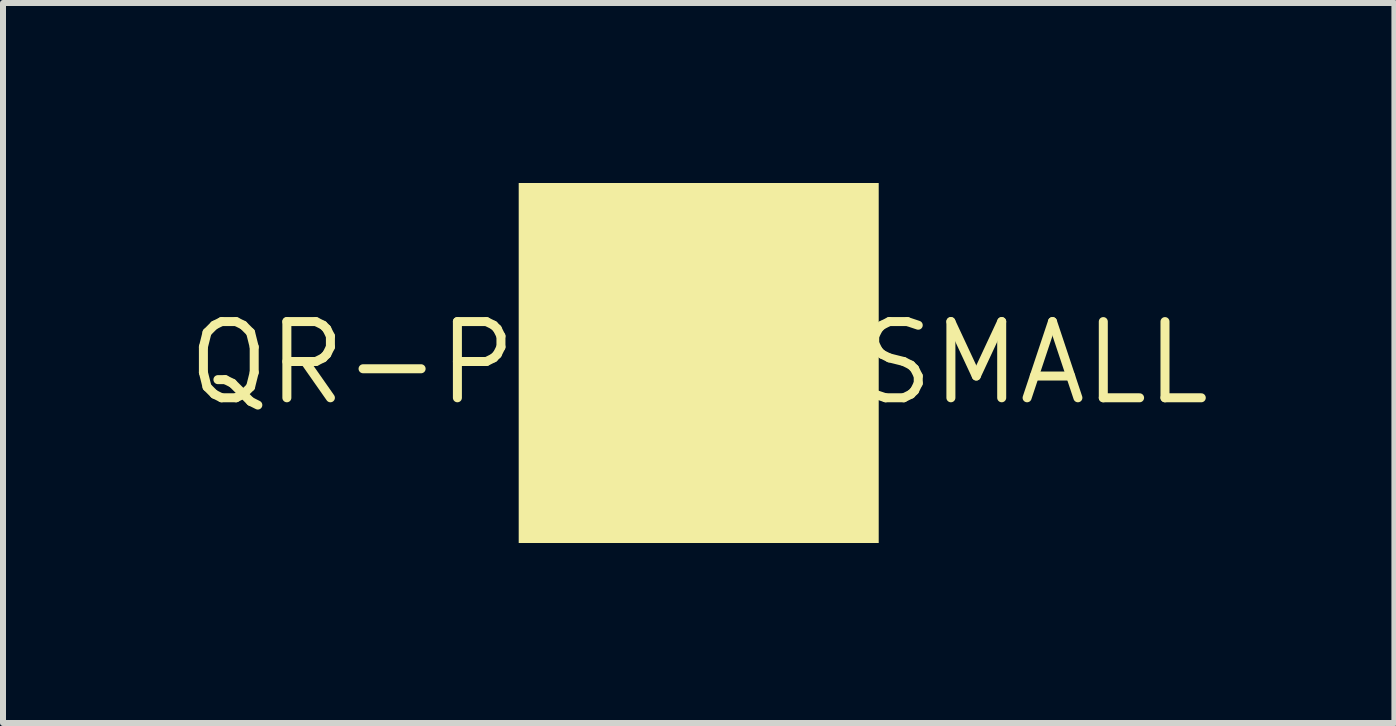
<source format=kicad_pcb>
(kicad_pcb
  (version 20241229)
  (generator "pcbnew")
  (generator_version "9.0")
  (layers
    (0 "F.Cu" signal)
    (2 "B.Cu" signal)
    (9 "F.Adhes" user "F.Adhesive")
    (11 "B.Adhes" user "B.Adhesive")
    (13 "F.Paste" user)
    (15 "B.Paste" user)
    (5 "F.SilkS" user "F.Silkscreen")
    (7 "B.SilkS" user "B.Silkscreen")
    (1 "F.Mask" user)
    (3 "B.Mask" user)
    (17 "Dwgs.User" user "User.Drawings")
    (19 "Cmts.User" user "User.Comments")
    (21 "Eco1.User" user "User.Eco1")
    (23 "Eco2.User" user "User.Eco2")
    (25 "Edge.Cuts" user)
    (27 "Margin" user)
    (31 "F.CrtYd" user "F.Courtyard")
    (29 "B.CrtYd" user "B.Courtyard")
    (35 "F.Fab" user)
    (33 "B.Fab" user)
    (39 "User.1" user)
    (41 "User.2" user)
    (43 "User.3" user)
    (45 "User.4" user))
  (footprint "QR-PRINT-SMALL"
    (layer "F.Cu")
    (at 8.595 3)
    (property "Reference" "QR-PRINT-SMALL" (at 0 0 0) (unlocked yes) (layer "F.SilkS") (effects (font (size 1.27 1.27) (thickness 0.15))))
    (fp_poly (pts (xy 3 3) (xy -3 3) (xy -3 -3) (xy 3 -3)) (stroke (width 0) (type default)) (fill yes) (layer "F.SilkS")))
  (gr_rect
    (start -3 -3)
    (end 20.19 9)
    (stroke (width 0.1) (type default))
    (fill no)
    (layer "Edge.Cuts")))
</source>
